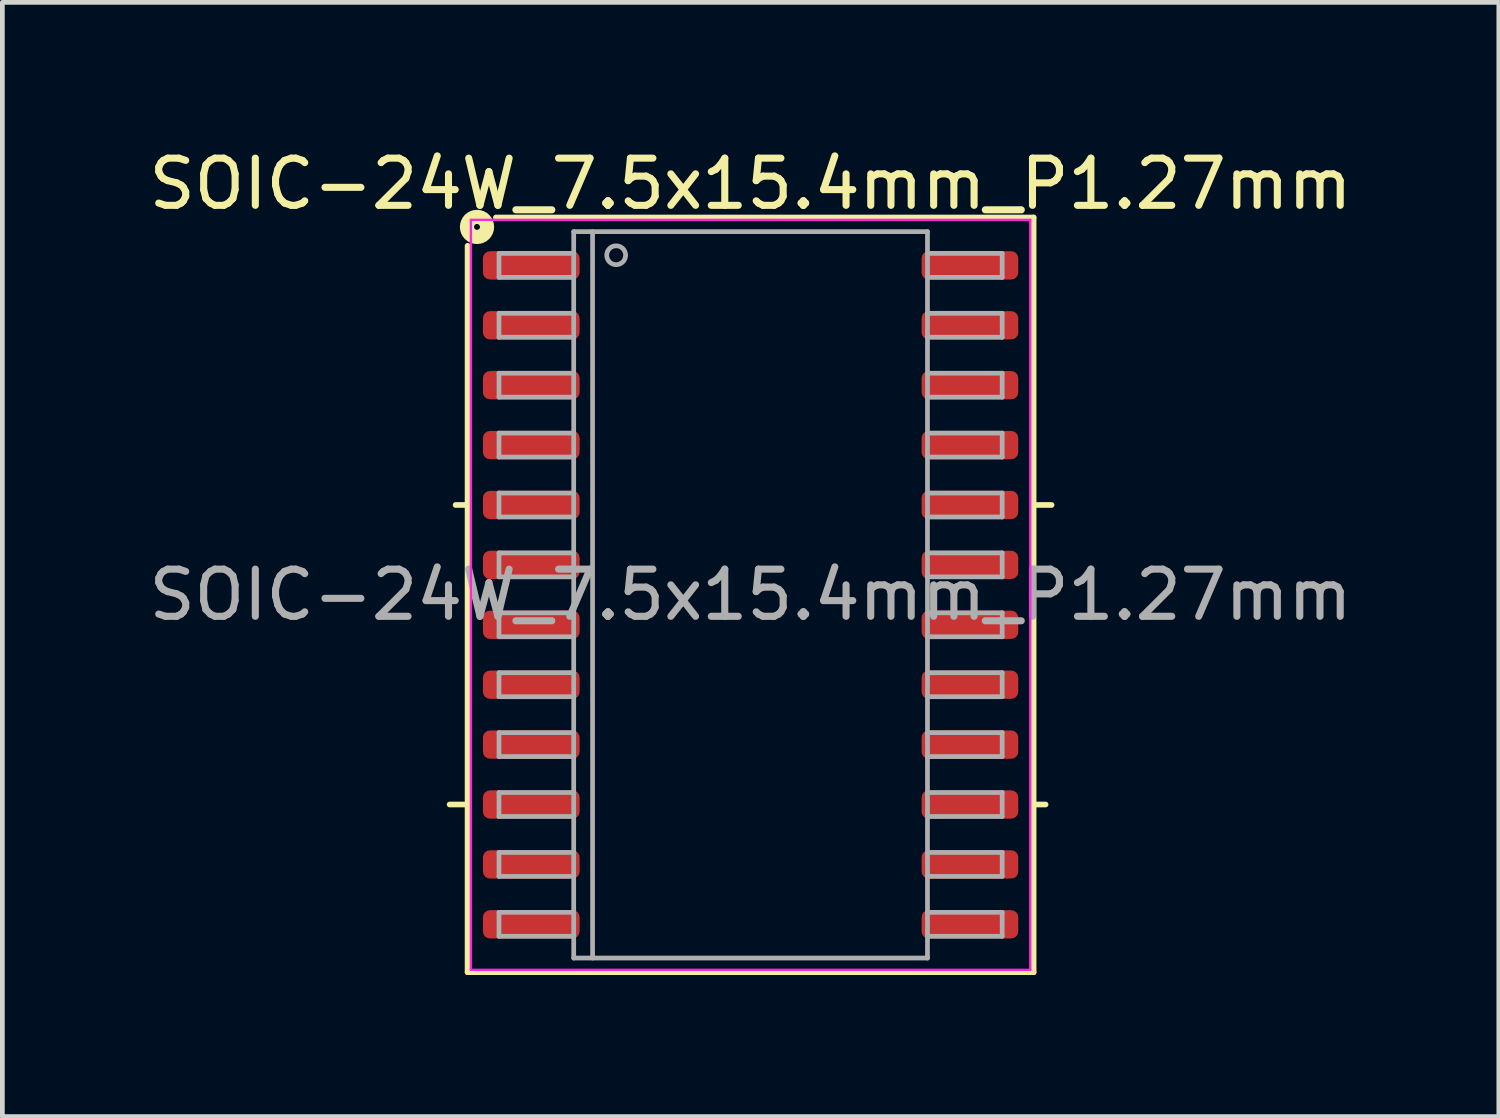
<source format=kicad_pcb>
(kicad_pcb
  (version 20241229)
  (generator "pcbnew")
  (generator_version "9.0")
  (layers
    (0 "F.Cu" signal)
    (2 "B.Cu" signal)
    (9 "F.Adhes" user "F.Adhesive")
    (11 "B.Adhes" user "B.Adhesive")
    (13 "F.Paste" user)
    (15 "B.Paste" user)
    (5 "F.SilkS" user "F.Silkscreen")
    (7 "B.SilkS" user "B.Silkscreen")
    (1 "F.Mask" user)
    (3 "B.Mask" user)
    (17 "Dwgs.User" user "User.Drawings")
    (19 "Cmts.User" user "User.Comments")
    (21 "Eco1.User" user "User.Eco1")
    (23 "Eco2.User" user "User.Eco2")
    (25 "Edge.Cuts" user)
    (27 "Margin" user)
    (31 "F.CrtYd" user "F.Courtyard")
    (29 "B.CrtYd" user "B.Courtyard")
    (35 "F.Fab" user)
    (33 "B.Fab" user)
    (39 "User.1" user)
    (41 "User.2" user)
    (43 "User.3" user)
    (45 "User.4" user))
  (footprint "SOIC-24W_7.5x15.4mm_P1.27mm"
    (layer "F.Cu")
    (at 12.863 9.561)
    (property "Reference" "SOIC-24W_7.5x15.4mm_P1.27mm" (at 0 -8.713 0) (layer "F.SilkS") (effects (font (size 1 1) (thickness 0.15))))
    (attr smd)
    (fp_line (start -6 -7.4) (end -6 8) (stroke (width 0.12) (type solid)) (layer "F.SilkS"))
    (fp_line (start -6 -1.905) (end -6.254 -1.905) (stroke (width 0.12) (type solid)) (layer "F.SilkS"))
    (fp_line (start -6 4.445) (end -6.381 4.445) (stroke (width 0.12) (type solid)) (layer "F.SilkS"))
    (fp_line (start -6 8) (end 6 8) (stroke (width 0.12) (type solid)) (layer "F.SilkS"))
    (fp_line (start 6 -8) (end -5.4 -8) (stroke (width 0.12) (type solid)) (layer "F.SilkS"))
    (fp_line (start 6 -1.905) (end 6.381 -1.905) (stroke (width 0.12) (type solid)) (layer "F.SilkS"))
    (fp_line (start 6 4.445) (end 6.254 4.445) (stroke (width 0.12) (type solid)) (layer "F.SilkS"))
    (fp_line (start 6 8) (end 6 -8) (stroke (width 0.12) (type solid)) (layer "F.SilkS"))
    (fp_circle (center -5.8 -7.8) (end -5.737 -7.8) (stroke (width 0.3) (type solid)) (fill no) (layer "F.SilkS"))
    (fp_line (start -5.93 -7.95) (end -5.93 7.95) (stroke (width 0.05) (type solid)) (layer "F.CrtYd"))
    (fp_line (start -5.93 7.95) (end 5.93 7.95) (stroke (width 0.05) (type solid)) (layer "F.CrtYd"))
    (fp_line (start 5.93 -7.95) (end -5.93 -7.95) (stroke (width 0.05) (type solid)) (layer "F.CrtYd"))
    (fp_line (start 5.93 7.95) (end 5.93 -7.95) (stroke (width 0.05) (type solid)) (layer "F.CrtYd"))
    (fp_line (start -5.334 -7.239) (end -5.334 -6.731) (stroke (width 0.1) (type solid)) (layer "F.Fab"))
    (fp_line (start -5.334 -7.239) (end -3.747 -7.239) (stroke (width 0.1) (type solid)) (layer "F.Fab"))
    (fp_line (start -5.334 -6.731) (end -3.747 -6.731) (stroke (width 0.1) (type solid)) (layer "F.Fab"))
    (fp_line (start -5.334 -5.969) (end -5.334 -5.461) (stroke (width 0.1) (type solid)) (layer "F.Fab"))
    (fp_line (start -5.334 -5.969) (end -3.747 -5.969) (stroke (width 0.1) (type solid)) (layer "F.Fab"))
    (fp_line (start -5.334 -5.461) (end -3.747 -5.461) (stroke (width 0.1) (type solid)) (layer "F.Fab"))
    (fp_line (start -5.334 -4.699) (end -5.334 -4.191) (stroke (width 0.1) (type solid)) (layer "F.Fab"))
    (fp_line (start -5.334 -4.699) (end -3.747 -4.699) (stroke (width 0.1) (type solid)) (layer "F.Fab"))
    (fp_line (start -5.334 -4.191) (end -3.747 -4.191) (stroke (width 0.1) (type solid)) (layer "F.Fab"))
    (fp_line (start -5.334 -3.429) (end -5.334 -2.921) (stroke (width 0.1) (type solid)) (layer "F.Fab"))
    (fp_line (start -5.334 -3.429) (end -3.747 -3.429) (stroke (width 0.1) (type solid)) (layer "F.Fab"))
    (fp_line (start -5.334 -2.921) (end -3.747 -2.921) (stroke (width 0.1) (type solid)) (layer "F.Fab"))
    (fp_line (start -5.334 -2.159) (end -5.334 -1.651) (stroke (width 0.1) (type solid)) (layer "F.Fab"))
    (fp_line (start -5.334 -2.159) (end -3.747 -2.159) (stroke (width 0.1) (type solid)) (layer "F.Fab"))
    (fp_line (start -5.334 -1.651) (end -3.747 -1.651) (stroke (width 0.1) (type solid)) (layer "F.Fab"))
    (fp_line (start -5.334 -0.889) (end -5.334 -0.381) (stroke (width 0.1) (type solid)) (layer "F.Fab"))
    (fp_line (start -5.334 -0.889) (end -3.747 -0.889) (stroke (width 0.1) (type solid)) (layer "F.Fab"))
    (fp_line (start -5.334 -0.381) (end -3.747 -0.381) (stroke (width 0.1) (type solid)) (layer "F.Fab"))
    (fp_line (start -5.334 0.381) (end -5.334 0.889) (stroke (width 0.1) (type solid)) (layer "F.Fab"))
    (fp_line (start -5.334 0.381) (end -3.747 0.381) (stroke (width 0.1) (type solid)) (layer "F.Fab"))
    (fp_line (start -5.334 0.889) (end -3.747 0.889) (stroke (width 0.1) (type solid)) (layer "F.Fab"))
    (fp_line (start -5.334 1.651) (end -5.334 2.159) (stroke (width 0.1) (type solid)) (layer "F.Fab"))
    (fp_line (start -5.334 1.651) (end -3.747 1.651) (stroke (width 0.1) (type solid)) (layer "F.Fab"))
    (fp_line (start -5.334 2.159) (end -3.747 2.159) (stroke (width 0.1) (type solid)) (layer "F.Fab"))
    (fp_line (start -5.334 2.921) (end -5.334 3.429) (stroke (width 0.1) (type solid)) (layer "F.Fab"))
    (fp_line (start -5.334 2.921) (end -3.747 2.921) (stroke (width 0.1) (type solid)) (layer "F.Fab"))
    (fp_line (start -5.334 3.429) (end -3.747 3.429) (stroke (width 0.1) (type solid)) (layer "F.Fab"))
    (fp_line (start -5.334 4.191) (end -5.334 4.699) (stroke (width 0.1) (type solid)) (layer "F.Fab"))
    (fp_line (start -5.334 4.191) (end -3.747 4.191) (stroke (width 0.1) (type solid)) (layer "F.Fab"))
    (fp_line (start -5.334 4.699) (end -3.747 4.699) (stroke (width 0.1) (type solid)) (layer "F.Fab"))
    (fp_line (start -5.334 5.461) (end -5.334 5.969) (stroke (width 0.1) (type solid)) (layer "F.Fab"))
    (fp_line (start -5.334 5.461) (end -3.747 5.461) (stroke (width 0.1) (type solid)) (layer "F.Fab"))
    (fp_line (start -5.334 5.969) (end -3.747 5.969) (stroke (width 0.1) (type solid)) (layer "F.Fab"))
    (fp_line (start -5.334 6.731) (end -5.334 7.239) (stroke (width 0.1) (type solid)) (layer "F.Fab"))
    (fp_line (start -5.334 6.731) (end -3.747 6.731) (stroke (width 0.1) (type solid)) (layer "F.Fab"))
    (fp_line (start -5.334 7.239) (end -3.747 7.239) (stroke (width 0.1) (type solid)) (layer "F.Fab"))
    (fp_line (start -3.75 -7.7) (end 3.75 -7.7) (stroke (width 0.1) (type solid)) (layer "F.Fab"))
    (fp_line (start -3.75 7.7) (end -3.75 -7.7) (stroke (width 0.1) (type solid)) (layer "F.Fab"))
    (fp_line (start -3.35 -7.7) (end -3.35 7.7) (stroke (width 0.1) (type solid)) (layer "F.Fab"))
    (fp_line (start 3.75 -7.7) (end 3.75 7.7) (stroke (width 0.1) (type solid)) (layer "F.Fab"))
    (fp_line (start 3.75 7.7) (end -3.75 7.7) (stroke (width 0.1) (type solid)) (layer "F.Fab"))
    (fp_line (start 5.334 -7.239) (end 3.747 -7.239) (stroke (width 0.1) (type solid)) (layer "F.Fab"))
    (fp_line (start 5.334 -6.731) (end 3.747 -6.731) (stroke (width 0.1) (type solid)) (layer "F.Fab"))
    (fp_line (start 5.334 -6.731) (end 5.334 -7.239) (stroke (width 0.1) (type solid)) (layer "F.Fab"))
    (fp_line (start 5.334 -5.969) (end 3.747 -5.969) (stroke (width 0.1) (type solid)) (layer "F.Fab"))
    (fp_line (start 5.334 -5.461) (end 3.747 -5.461) (stroke (width 0.1) (type solid)) (layer "F.Fab"))
    (fp_line (start 5.334 -5.461) (end 5.334 -5.969) (stroke (width 0.1) (type solid)) (layer "F.Fab"))
    (fp_line (start 5.334 -4.699) (end 3.747 -4.699) (stroke (width 0.1) (type solid)) (layer "F.Fab"))
    (fp_line (start 5.334 -4.191) (end 3.747 -4.191) (stroke (width 0.1) (type solid)) (layer "F.Fab"))
    (fp_line (start 5.334 -4.191) (end 5.334 -4.699) (stroke (width 0.1) (type solid)) (layer "F.Fab"))
    (fp_line (start 5.334 -3.429) (end 3.747 -3.429) (stroke (width 0.1) (type solid)) (layer "F.Fab"))
    (fp_line (start 5.334 -2.921) (end 3.747 -2.921) (stroke (width 0.1) (type solid)) (layer "F.Fab"))
    (fp_line (start 5.334 -2.921) (end 5.334 -3.429) (stroke (width 0.1) (type solid)) (layer "F.Fab"))
    (fp_line (start 5.334 -2.159) (end 3.747 -2.159) (stroke (width 0.1) (type solid)) (layer "F.Fab"))
    (fp_line (start 5.334 -1.651) (end 3.747 -1.651) (stroke (width 0.1) (type solid)) (layer "F.Fab"))
    (fp_line (start 5.334 -1.651) (end 5.334 -2.159) (stroke (width 0.1) (type solid)) (layer "F.Fab"))
    (fp_line (start 5.334 -0.889) (end 3.747 -0.889) (stroke (width 0.1) (type solid)) (layer "F.Fab"))
    (fp_line (start 5.334 -0.381) (end 3.747 -0.381) (stroke (width 0.1) (type solid)) (layer "F.Fab"))
    (fp_line (start 5.334 -0.381) (end 5.334 -0.889) (stroke (width 0.1) (type solid)) (layer "F.Fab"))
    (fp_line (start 5.334 0.381) (end 3.747 0.381) (stroke (width 0.1) (type solid)) (layer "F.Fab"))
    (fp_line (start 5.334 0.889) (end 3.747 0.889) (stroke (width 0.1) (type solid)) (layer "F.Fab"))
    (fp_line (start 5.334 0.889) (end 5.334 0.381) (stroke (width 0.1) (type solid)) (layer "F.Fab"))
    (fp_line (start 5.334 1.651) (end 3.747 1.651) (stroke (width 0.1) (type solid)) (layer "F.Fab"))
    (fp_line (start 5.334 2.159) (end 3.747 2.159) (stroke (width 0.1) (type solid)) (layer "F.Fab"))
    (fp_line (start 5.334 2.159) (end 5.334 1.651) (stroke (width 0.1) (type solid)) (layer "F.Fab"))
    (fp_line (start 5.334 2.921) (end 3.747 2.921) (stroke (width 0.1) (type solid)) (layer "F.Fab"))
    (fp_line (start 5.334 3.429) (end 3.747 3.429) (stroke (width 0.1) (type solid)) (layer "F.Fab"))
    (fp_line (start 5.334 3.429) (end 5.334 2.921) (stroke (width 0.1) (type solid)) (layer "F.Fab"))
    (fp_line (start 5.334 4.191) (end 3.747 4.191) (stroke (width 0.1) (type solid)) (layer "F.Fab"))
    (fp_line (start 5.334 4.699) (end 3.747 4.699) (stroke (width 0.1) (type solid)) (layer "F.Fab"))
    (fp_line (start 5.334 4.699) (end 5.334 4.191) (stroke (width 0.1) (type solid)) (layer "F.Fab"))
    (fp_line (start 5.334 5.461) (end 3.747 5.461) (stroke (width 0.1) (type solid)) (layer "F.Fab"))
    (fp_line (start 5.334 5.969) (end 3.747 5.969) (stroke (width 0.1) (type solid)) (layer "F.Fab"))
    (fp_line (start 5.334 5.969) (end 5.334 5.461) (stroke (width 0.1) (type solid)) (layer "F.Fab"))
    (fp_line (start 5.334 6.731) (end 3.747 6.731) (stroke (width 0.1) (type solid)) (layer "F.Fab"))
    (fp_line (start 5.334 7.239) (end 3.747 7.239) (stroke (width 0.1) (type solid)) (layer "F.Fab"))
    (fp_line (start 5.334 7.239) (end 5.334 6.731) (stroke (width 0.1) (type solid)) (layer "F.Fab"))
    (fp_circle (center -2.85 -7.2) (end -2.65 -7.2) (stroke (width 0.1) (type solid)) (fill no) (layer "F.Fab"))
    (fp_text user "${REFERENCE}" (at 0 0 0) (layer "F.Fab") (effects (font (size 1 1) (thickness 0.15))))
    (pad "1" smd roundrect (at -4.65 -6.985) (size 2.05 0.6) (layers "F.Cu" "F.Mask" "F.Paste") (roundrect_rratio 0.25))
    (pad "2" smd roundrect (at -4.65 -5.715) (size 2.05 0.6) (layers "F.Cu" "F.Mask" "F.Paste") (roundrect_rratio 0.25))
    (pad "3" smd roundrect (at -4.65 -4.445) (size 2.05 0.6) (layers "F.Cu" "F.Mask" "F.Paste") (roundrect_rratio 0.25))
    (pad "4" smd roundrect (at -4.65 -3.175) (size 2.05 0.6) (layers "F.Cu" "F.Mask" "F.Paste") (roundrect_rratio 0.25))
    (pad "5" smd roundrect (at -4.65 -1.905) (size 2.05 0.6) (layers "F.Cu" "F.Mask" "F.Paste") (roundrect_rratio 0.25))
    (pad "6" smd roundrect (at -4.65 -0.635) (size 2.05 0.6) (layers "F.Cu" "F.Mask" "F.Paste") (roundrect_rratio 0.25))
    (pad "7" smd roundrect (at -4.65 0.635) (size 2.05 0.6) (layers "F.Cu" "F.Mask" "F.Paste") (roundrect_rratio 0.25))
    (pad "8" smd roundrect (at -4.65 1.905) (size 2.05 0.6) (layers "F.Cu" "F.Mask" "F.Paste") (roundrect_rratio 0.25))
    (pad "9" smd roundrect (at -4.65 3.175) (size 2.05 0.6) (layers "F.Cu" "F.Mask" "F.Paste") (roundrect_rratio 0.25))
    (pad "10" smd roundrect (at -4.65 4.445) (size 2.05 0.6) (layers "F.Cu" "F.Mask" "F.Paste") (roundrect_rratio 0.25))
    (pad "11" smd roundrect (at -4.65 5.715) (size 2.05 0.6) (layers "F.Cu" "F.Mask" "F.Paste") (roundrect_rratio 0.25))
    (pad "12" smd roundrect (at -4.65 6.985) (size 2.05 0.6) (layers "F.Cu" "F.Mask" "F.Paste") (roundrect_rratio 0.25))
    (pad "13" smd roundrect (at 4.65 6.985) (size 2.05 0.6) (layers "F.Cu" "F.Mask" "F.Paste") (roundrect_rratio 0.25))
    (pad "14" smd roundrect (at 4.65 5.715) (size 2.05 0.6) (layers "F.Cu" "F.Mask" "F.Paste") (roundrect_rratio 0.25))
    (pad "15" smd roundrect (at 4.65 4.445) (size 2.05 0.6) (layers "F.Cu" "F.Mask" "F.Paste") (roundrect_rratio 0.25))
    (pad "16" smd roundrect (at 4.65 3.175) (size 2.05 0.6) (layers "F.Cu" "F.Mask" "F.Paste") (roundrect_rratio 0.25))
    (pad "17" smd roundrect (at 4.65 1.905) (size 2.05 0.6) (layers "F.Cu" "F.Mask" "F.Paste") (roundrect_rratio 0.25))
    (pad "18" smd roundrect (at 4.65 0.635) (size 2.05 0.6) (layers "F.Cu" "F.Mask" "F.Paste") (roundrect_rratio 0.25))
    (pad "19" smd roundrect (at 4.65 -0.635) (size 2.05 0.6) (layers "F.Cu" "F.Mask" "F.Paste") (roundrect_rratio 0.25))
    (pad "20" smd roundrect (at 4.65 -1.905) (size 2.05 0.6) (layers "F.Cu" "F.Mask" "F.Paste") (roundrect_rratio 0.25))
    (pad "21" smd roundrect (at 4.65 -3.175) (size 2.05 0.6) (layers "F.Cu" "F.Mask" "F.Paste") (roundrect_rratio 0.25))
    (pad "22" smd roundrect (at 4.65 -4.445) (size 2.05 0.6) (layers "F.Cu" "F.Mask" "F.Paste") (roundrect_rratio 0.25))
    (pad "23" smd roundrect (at 4.65 -5.715) (size 2.05 0.6) (layers "F.Cu" "F.Mask" "F.Paste") (roundrect_rratio 0.25))
    (pad "24" smd roundrect (at 4.65 -6.985) (size 2.05 0.6) (layers "F.Cu" "F.Mask" "F.Paste") (roundrect_rratio 0.25)))
  (gr_rect
    (start -3 -3)
    (end 28.726 20.621)
    (stroke (width 0.1) (type default))
    (fill no)
    (layer "Edge.Cuts")))
</source>
